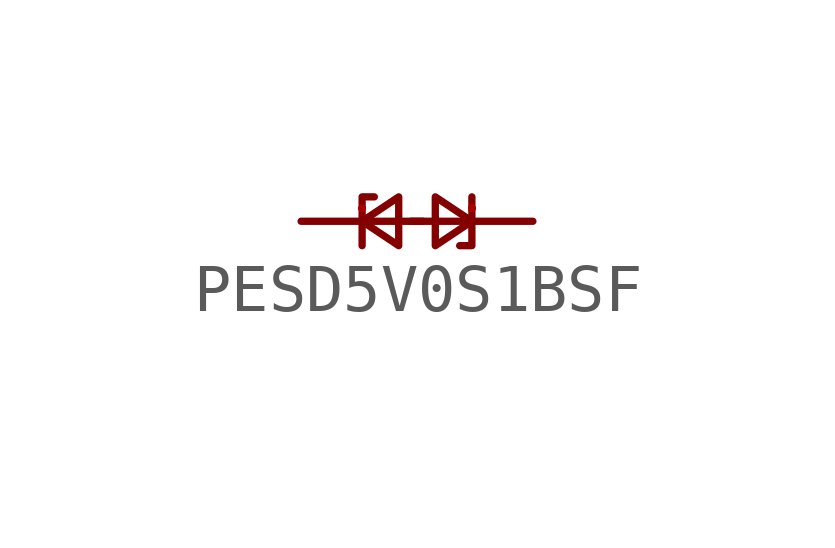
<source format=kicad_sym>
(kicad_symbol_lib
  (version 20241209)
  (generator "kicad_symbol_editor")
  (generator_version "9.0")
  (symbol "PESD5V0S1BSF"
    (property "Reference" "U"
      (at 0 -6.858 0)
      (effects (font (size 1.27 1.27)) (hide yes)))
    (property "Value" ""
      (at 0 0 0)
      (effects (font (size 1.27 1.27))))
    (symbol "PESD5V0S1BSF_0_1"
      (polyline (pts (xy -0.762 -0.508) (xy -0.762 0.508) (xy -0.508 0.508)) (stroke (width 0) (type default)) (fill (type none)))
      (polyline (pts (xy 0 0.508) (xy -0.762 0) (xy 0 -0.508) (xy 0 0.508)) (stroke (width 0) (type default)) (fill (type none)))
      (polyline (pts (xy 0.762 -0.508) (xy 1.524 0) (xy 0.762 0.508) (xy 0.762 -0.508)) (stroke (width 0) (type default)) (fill (type none)))
      (polyline (pts (xy 1.524 0.508) (xy 1.524 -0.508) (xy 1.27 -0.508)) (stroke (width 0) (type default)) (fill (type none))))
    (symbol "PESD5V0S1BSF_1_1"
      (pin input line (at -2.032 0 0) (length 2.54) (name "" (effects (font (size 1.27 1.27)))) (number "1" (effects (font (size 0.01 0.01)))))
      (pin input line (at 2.794 0 180) (length 2.54) (name "" (effects (font (size 1.27 1.27)))) (number "2" (effects (font (size 0.01 0.01))))))))
</source>
